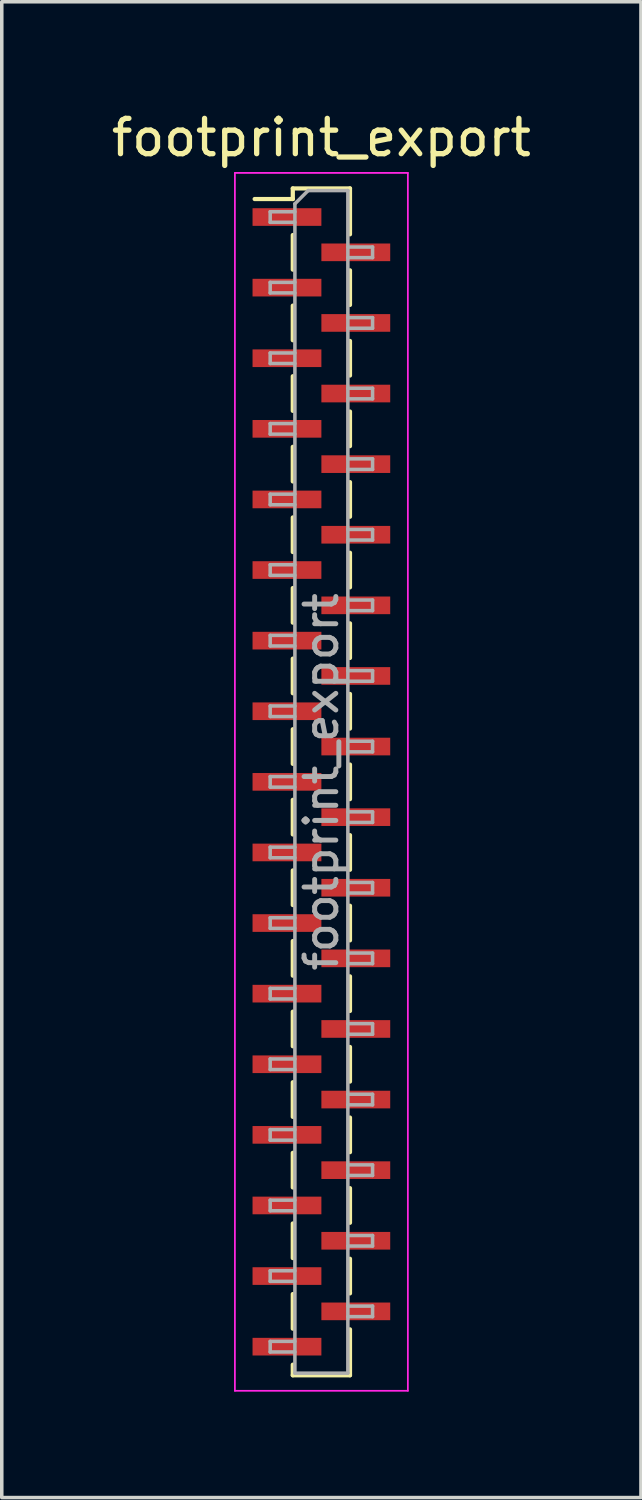
<source format=kicad_pcb>
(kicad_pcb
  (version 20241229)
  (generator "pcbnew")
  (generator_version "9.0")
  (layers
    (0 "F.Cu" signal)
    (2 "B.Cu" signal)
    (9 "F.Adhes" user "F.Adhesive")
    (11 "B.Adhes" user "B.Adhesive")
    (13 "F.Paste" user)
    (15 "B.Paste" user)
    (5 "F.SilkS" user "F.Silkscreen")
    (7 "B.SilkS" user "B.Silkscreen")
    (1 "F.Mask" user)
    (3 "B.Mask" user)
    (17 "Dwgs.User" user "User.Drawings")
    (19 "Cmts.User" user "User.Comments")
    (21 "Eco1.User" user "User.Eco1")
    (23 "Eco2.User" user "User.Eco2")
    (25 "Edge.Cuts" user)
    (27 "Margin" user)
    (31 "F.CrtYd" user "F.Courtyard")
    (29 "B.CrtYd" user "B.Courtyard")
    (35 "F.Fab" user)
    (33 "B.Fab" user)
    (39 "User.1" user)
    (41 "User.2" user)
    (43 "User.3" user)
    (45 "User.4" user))
  (footprint "footprint_export"
    (layer "F.Cu")
    (at 6.054 19.098)
    (property "Reference" "footprint_export" (at 0 -18.25 0) (layer "F.SilkS") (effects (font (size 1 1) (thickness 0.15))))
    (attr smd)
    (fp_line (start -1.89 -16.51) (end -0.81 -16.51) (stroke (width 0.12) (type solid)) (layer "F.SilkS"))
    (fp_line (start -0.81 -16.81) (end -0.81 -16.51) (stroke (width 0.12) (type solid)) (layer "F.SilkS"))
    (fp_line (start -0.81 -16.81) (end 0.81 -16.81) (stroke (width 0.12) (type solid)) (layer "F.SilkS"))
    (fp_line (start -0.81 -15.49) (end -0.81 -14.51) (stroke (width 0.12) (type solid)) (layer "F.SilkS"))
    (fp_line (start -0.81 -13.49) (end -0.81 -12.51) (stroke (width 0.12) (type solid)) (layer "F.SilkS"))
    (fp_line (start -0.81 -11.49) (end -0.81 -10.51) (stroke (width 0.12) (type solid)) (layer "F.SilkS"))
    (fp_line (start -0.81 -9.49) (end -0.81 -8.51) (stroke (width 0.12) (type solid)) (layer "F.SilkS"))
    (fp_line (start -0.81 -7.49) (end -0.81 -6.51) (stroke (width 0.12) (type solid)) (layer "F.SilkS"))
    (fp_line (start -0.81 -5.49) (end -0.81 -4.51) (stroke (width 0.12) (type solid)) (layer "F.SilkS"))
    (fp_line (start -0.81 -3.49) (end -0.81 -2.51) (stroke (width 0.12) (type solid)) (layer "F.SilkS"))
    (fp_line (start -0.81 -1.49) (end -0.81 -0.51) (stroke (width 0.12) (type solid)) (layer "F.SilkS"))
    (fp_line (start -0.81 0.51) (end -0.81 1.49) (stroke (width 0.12) (type solid)) (layer "F.SilkS"))
    (fp_line (start -0.81 2.51) (end -0.81 3.49) (stroke (width 0.12) (type solid)) (layer "F.SilkS"))
    (fp_line (start -0.81 4.51) (end -0.81 5.49) (stroke (width 0.12) (type solid)) (layer "F.SilkS"))
    (fp_line (start -0.81 6.51) (end -0.81 7.49) (stroke (width 0.12) (type solid)) (layer "F.SilkS"))
    (fp_line (start -0.81 8.51) (end -0.81 9.49) (stroke (width 0.12) (type solid)) (layer "F.SilkS"))
    (fp_line (start -0.81 10.51) (end -0.81 11.49) (stroke (width 0.12) (type solid)) (layer "F.SilkS"))
    (fp_line (start -0.81 12.51) (end -0.81 13.49) (stroke (width 0.12) (type solid)) (layer "F.SilkS"))
    (fp_line (start -0.81 14.51) (end -0.81 15.49) (stroke (width 0.12) (type solid)) (layer "F.SilkS"))
    (fp_line (start -0.81 16.51) (end -0.81 16.81) (stroke (width 0.12) (type solid)) (layer "F.SilkS"))
    (fp_line (start -0.81 16.81) (end 0.81 16.81) (stroke (width 0.12) (type solid)) (layer "F.SilkS"))
    (fp_line (start 0.81 -16.81) (end 0.81 -15.51) (stroke (width 0.12) (type solid)) (layer "F.SilkS"))
    (fp_line (start 0.81 -14.49) (end 0.81 -13.51) (stroke (width 0.12) (type solid)) (layer "F.SilkS"))
    (fp_line (start 0.81 -12.49) (end 0.81 -11.51) (stroke (width 0.12) (type solid)) (layer "F.SilkS"))
    (fp_line (start 0.81 -10.49) (end 0.81 -9.51) (stroke (width 0.12) (type solid)) (layer "F.SilkS"))
    (fp_line (start 0.81 -8.49) (end 0.81 -7.51) (stroke (width 0.12) (type solid)) (layer "F.SilkS"))
    (fp_line (start 0.81 -6.49) (end 0.81 -5.51) (stroke (width 0.12) (type solid)) (layer "F.SilkS"))
    (fp_line (start 0.81 -4.49) (end 0.81 -3.51) (stroke (width 0.12) (type solid)) (layer "F.SilkS"))
    (fp_line (start 0.81 -2.49) (end 0.81 -1.51) (stroke (width 0.12) (type solid)) (layer "F.SilkS"))
    (fp_line (start 0.81 -0.49) (end 0.81 0.49) (stroke (width 0.12) (type solid)) (layer "F.SilkS"))
    (fp_line (start 0.81 1.51) (end 0.81 2.49) (stroke (width 0.12) (type solid)) (layer "F.SilkS"))
    (fp_line (start 0.81 3.51) (end 0.81 4.49) (stroke (width 0.12) (type solid)) (layer "F.SilkS"))
    (fp_line (start 0.81 5.51) (end 0.81 6.49) (stroke (width 0.12) (type solid)) (layer "F.SilkS"))
    (fp_line (start 0.81 7.51) (end 0.81 8.49) (stroke (width 0.12) (type solid)) (layer "F.SilkS"))
    (fp_line (start 0.81 9.51) (end 0.81 10.49) (stroke (width 0.12) (type solid)) (layer "F.SilkS"))
    (fp_line (start 0.81 11.51) (end 0.81 12.49) (stroke (width 0.12) (type solid)) (layer "F.SilkS"))
    (fp_line (start 0.81 13.51) (end 0.81 14.49) (stroke (width 0.12) (type solid)) (layer "F.SilkS"))
    (fp_line (start 0.81 15.51) (end 0.81 16.81) (stroke (width 0.12) (type solid)) (layer "F.SilkS"))
    (fp_line (start -2.45 -17.25) (end 2.45 -17.25) (stroke (width 0.05) (type solid)) (layer "F.CrtYd"))
    (fp_line (start -2.45 17.25) (end -2.45 -17.25) (stroke (width 0.05) (type solid)) (layer "F.CrtYd"))
    (fp_line (start 2.45 -17.25) (end 2.45 17.25) (stroke (width 0.05) (type solid)) (layer "F.CrtYd"))
    (fp_line (start 2.45 17.25) (end -2.45 17.25) (stroke (width 0.05) (type solid)) (layer "F.CrtYd"))
    (fp_line (start -1.45 -16.15) (end -0.75 -16.15) (stroke (width 0.1) (type solid)) (layer "F.Fab"))
    (fp_line (start -1.45 -15.85) (end -1.45 -16.15) (stroke (width 0.1) (type solid)) (layer "F.Fab"))
    (fp_line (start -1.45 -14.15) (end -0.75 -14.15) (stroke (width 0.1) (type solid)) (layer "F.Fab"))
    (fp_line (start -1.45 -13.85) (end -1.45 -14.15) (stroke (width 0.1) (type solid)) (layer "F.Fab"))
    (fp_line (start -1.45 -12.15) (end -0.75 -12.15) (stroke (width 0.1) (type solid)) (layer "F.Fab"))
    (fp_line (start -1.45 -11.85) (end -1.45 -12.15) (stroke (width 0.1) (type solid)) (layer "F.Fab"))
    (fp_line (start -1.45 -10.15) (end -0.75 -10.15) (stroke (width 0.1) (type solid)) (layer "F.Fab"))
    (fp_line (start -1.45 -9.85) (end -1.45 -10.15) (stroke (width 0.1) (type solid)) (layer "F.Fab"))
    (fp_line (start -1.45 -8.15) (end -0.75 -8.15) (stroke (width 0.1) (type solid)) (layer "F.Fab"))
    (fp_line (start -1.45 -7.85) (end -1.45 -8.15) (stroke (width 0.1) (type solid)) (layer "F.Fab"))
    (fp_line (start -1.45 -6.15) (end -0.75 -6.15) (stroke (width 0.1) (type solid)) (layer "F.Fab"))
    (fp_line (start -1.45 -5.85) (end -1.45 -6.15) (stroke (width 0.1) (type solid)) (layer "F.Fab"))
    (fp_line (start -1.45 -4.15) (end -0.75 -4.15) (stroke (width 0.1) (type solid)) (layer "F.Fab"))
    (fp_line (start -1.45 -3.85) (end -1.45 -4.15) (stroke (width 0.1) (type solid)) (layer "F.Fab"))
    (fp_line (start -1.45 -2.15) (end -0.75 -2.15) (stroke (width 0.1) (type solid)) (layer "F.Fab"))
    (fp_line (start -1.45 -1.85) (end -1.45 -2.15) (stroke (width 0.1) (type solid)) (layer "F.Fab"))
    (fp_line (start -1.45 -0.15) (end -0.75 -0.15) (stroke (width 0.1) (type solid)) (layer "F.Fab"))
    (fp_line (start -1.45 0.15) (end -1.45 -0.15) (stroke (width 0.1) (type solid)) (layer "F.Fab"))
    (fp_line (start -1.45 1.85) (end -0.75 1.85) (stroke (width 0.1) (type solid)) (layer "F.Fab"))
    (fp_line (start -1.45 2.15) (end -1.45 1.85) (stroke (width 0.1) (type solid)) (layer "F.Fab"))
    (fp_line (start -1.45 3.85) (end -0.75 3.85) (stroke (width 0.1) (type solid)) (layer "F.Fab"))
    (fp_line (start -1.45 4.15) (end -1.45 3.85) (stroke (width 0.1) (type solid)) (layer "F.Fab"))
    (fp_line (start -1.45 5.85) (end -0.75 5.85) (stroke (width 0.1) (type solid)) (layer "F.Fab"))
    (fp_line (start -1.45 6.15) (end -1.45 5.85) (stroke (width 0.1) (type solid)) (layer "F.Fab"))
    (fp_line (start -1.45 7.85) (end -0.75 7.85) (stroke (width 0.1) (type solid)) (layer "F.Fab"))
    (fp_line (start -1.45 8.15) (end -1.45 7.85) (stroke (width 0.1) (type solid)) (layer "F.Fab"))
    (fp_line (start -1.45 9.85) (end -0.75 9.85) (stroke (width 0.1) (type solid)) (layer "F.Fab"))
    (fp_line (start -1.45 10.15) (end -1.45 9.85) (stroke (width 0.1) (type solid)) (layer "F.Fab"))
    (fp_line (start -1.45 11.85) (end -0.75 11.85) (stroke (width 0.1) (type solid)) (layer "F.Fab"))
    (fp_line (start -1.45 12.15) (end -1.45 11.85) (stroke (width 0.1) (type solid)) (layer "F.Fab"))
    (fp_line (start -1.45 13.85) (end -0.75 13.85) (stroke (width 0.1) (type solid)) (layer "F.Fab"))
    (fp_line (start -1.45 14.15) (end -1.45 13.85) (stroke (width 0.1) (type solid)) (layer "F.Fab"))
    (fp_line (start -1.45 15.85) (end -0.75 15.85) (stroke (width 0.1) (type solid)) (layer "F.Fab"))
    (fp_line (start -1.45 16.15) (end -1.45 15.85) (stroke (width 0.1) (type solid)) (layer "F.Fab"))
    (fp_line (start -0.75 -16.375) (end -0.375 -16.75) (stroke (width 0.1) (type solid)) (layer "F.Fab"))
    (fp_line (start -0.75 -15.85) (end -1.45 -15.85) (stroke (width 0.1) (type solid)) (layer "F.Fab"))
    (fp_line (start -0.75 -13.85) (end -1.45 -13.85) (stroke (width 0.1) (type solid)) (layer "F.Fab"))
    (fp_line (start -0.75 -11.85) (end -1.45 -11.85) (stroke (width 0.1) (type solid)) (layer "F.Fab"))
    (fp_line (start -0.75 -9.85) (end -1.45 -9.85) (stroke (width 0.1) (type solid)) (layer "F.Fab"))
    (fp_line (start -0.75 -7.85) (end -1.45 -7.85) (stroke (width 0.1) (type solid)) (layer "F.Fab"))
    (fp_line (start -0.75 -5.85) (end -1.45 -5.85) (stroke (width 0.1) (type solid)) (layer "F.Fab"))
    (fp_line (start -0.75 -3.85) (end -1.45 -3.85) (stroke (width 0.1) (type solid)) (layer "F.Fab"))
    (fp_line (start -0.75 -1.85) (end -1.45 -1.85) (stroke (width 0.1) (type solid)) (layer "F.Fab"))
    (fp_line (start -0.75 0.15) (end -1.45 0.15) (stroke (width 0.1) (type solid)) (layer "F.Fab"))
    (fp_line (start -0.75 2.15) (end -1.45 2.15) (stroke (width 0.1) (type solid)) (layer "F.Fab"))
    (fp_line (start -0.75 4.15) (end -1.45 4.15) (stroke (width 0.1) (type solid)) (layer "F.Fab"))
    (fp_line (start -0.75 6.15) (end -1.45 6.15) (stroke (width 0.1) (type solid)) (layer "F.Fab"))
    (fp_line (start -0.75 8.15) (end -1.45 8.15) (stroke (width 0.1) (type solid)) (layer "F.Fab"))
    (fp_line (start -0.75 10.15) (end -1.45 10.15) (stroke (width 0.1) (type solid)) (layer "F.Fab"))
    (fp_line (start -0.75 12.15) (end -1.45 12.15) (stroke (width 0.1) (type solid)) (layer "F.Fab"))
    (fp_line (start -0.75 14.15) (end -1.45 14.15) (stroke (width 0.1) (type solid)) (layer "F.Fab"))
    (fp_line (start -0.75 16.15) (end -1.45 16.15) (stroke (width 0.1) (type solid)) (layer "F.Fab"))
    (fp_line (start -0.75 16.75) (end -0.75 -16.375) (stroke (width 0.1) (type solid)) (layer "F.Fab"))
    (fp_line (start -0.375 -16.75) (end 0.75 -16.75) (stroke (width 0.1) (type solid)) (layer "F.Fab"))
    (fp_line (start 0.75 -16.75) (end 0.75 16.75) (stroke (width 0.1) (type solid)) (layer "F.Fab"))
    (fp_line (start 0.75 -15.15) (end 1.45 -15.15) (stroke (width 0.1) (type solid)) (layer "F.Fab"))
    (fp_line (start 0.75 -13.15) (end 1.45 -13.15) (stroke (width 0.1) (type solid)) (layer "F.Fab"))
    (fp_line (start 0.75 -11.15) (end 1.45 -11.15) (stroke (width 0.1) (type solid)) (layer "F.Fab"))
    (fp_line (start 0.75 -9.15) (end 1.45 -9.15) (stroke (width 0.1) (type solid)) (layer "F.Fab"))
    (fp_line (start 0.75 -7.15) (end 1.45 -7.15) (stroke (width 0.1) (type solid)) (layer "F.Fab"))
    (fp_line (start 0.75 -5.15) (end 1.45 -5.15) (stroke (width 0.1) (type solid)) (layer "F.Fab"))
    (fp_line (start 0.75 -3.15) (end 1.45 -3.15) (stroke (width 0.1) (type solid)) (layer "F.Fab"))
    (fp_line (start 0.75 -1.15) (end 1.45 -1.15) (stroke (width 0.1) (type solid)) (layer "F.Fab"))
    (fp_line (start 0.75 0.85) (end 1.45 0.85) (stroke (width 0.1) (type solid)) (layer "F.Fab"))
    (fp_line (start 0.75 2.85) (end 1.45 2.85) (stroke (width 0.1) (type solid)) (layer "F.Fab"))
    (fp_line (start 0.75 4.85) (end 1.45 4.85) (stroke (width 0.1) (type solid)) (layer "F.Fab"))
    (fp_line (start 0.75 6.85) (end 1.45 6.85) (stroke (width 0.1) (type solid)) (layer "F.Fab"))
    (fp_line (start 0.75 8.85) (end 1.45 8.85) (stroke (width 0.1) (type solid)) (layer "F.Fab"))
    (fp_line (start 0.75 10.85) (end 1.45 10.85) (stroke (width 0.1) (type solid)) (layer "F.Fab"))
    (fp_line (start 0.75 12.85) (end 1.45 12.85) (stroke (width 0.1) (type solid)) (layer "F.Fab"))
    (fp_line (start 0.75 14.85) (end 1.45 14.85) (stroke (width 0.1) (type solid)) (layer "F.Fab"))
    (fp_line (start 0.75 16.75) (end -0.75 16.75) (stroke (width 0.1) (type solid)) (layer "F.Fab"))
    (fp_line (start 1.45 -15.15) (end 1.45 -14.85) (stroke (width 0.1) (type solid)) (layer "F.Fab"))
    (fp_line (start 1.45 -14.85) (end 0.75 -14.85) (stroke (width 0.1) (type solid)) (layer "F.Fab"))
    (fp_line (start 1.45 -13.15) (end 1.45 -12.85) (stroke (width 0.1) (type solid)) (layer "F.Fab"))
    (fp_line (start 1.45 -12.85) (end 0.75 -12.85) (stroke (width 0.1) (type solid)) (layer "F.Fab"))
    (fp_line (start 1.45 -11.15) (end 1.45 -10.85) (stroke (width 0.1) (type solid)) (layer "F.Fab"))
    (fp_line (start 1.45 -10.85) (end 0.75 -10.85) (stroke (width 0.1) (type solid)) (layer "F.Fab"))
    (fp_line (start 1.45 -9.15) (end 1.45 -8.85) (stroke (width 0.1) (type solid)) (layer "F.Fab"))
    (fp_line (start 1.45 -8.85) (end 0.75 -8.85) (stroke (width 0.1) (type solid)) (layer "F.Fab"))
    (fp_line (start 1.45 -7.15) (end 1.45 -6.85) (stroke (width 0.1) (type solid)) (layer "F.Fab"))
    (fp_line (start 1.45 -6.85) (end 0.75 -6.85) (stroke (width 0.1) (type solid)) (layer "F.Fab"))
    (fp_line (start 1.45 -5.15) (end 1.45 -4.85) (stroke (width 0.1) (type solid)) (layer "F.Fab"))
    (fp_line (start 1.45 -4.85) (end 0.75 -4.85) (stroke (width 0.1) (type solid)) (layer "F.Fab"))
    (fp_line (start 1.45 -3.15) (end 1.45 -2.85) (stroke (width 0.1) (type solid)) (layer "F.Fab"))
    (fp_line (start 1.45 -2.85) (end 0.75 -2.85) (stroke (width 0.1) (type solid)) (layer "F.Fab"))
    (fp_line (start 1.45 -1.15) (end 1.45 -0.85) (stroke (width 0.1) (type solid)) (layer "F.Fab"))
    (fp_line (start 1.45 -0.85) (end 0.75 -0.85) (stroke (width 0.1) (type solid)) (layer "F.Fab"))
    (fp_line (start 1.45 0.85) (end 1.45 1.15) (stroke (width 0.1) (type solid)) (layer "F.Fab"))
    (fp_line (start 1.45 1.15) (end 0.75 1.15) (stroke (width 0.1) (type solid)) (layer "F.Fab"))
    (fp_line (start 1.45 2.85) (end 1.45 3.15) (stroke (width 0.1) (type solid)) (layer "F.Fab"))
    (fp_line (start 1.45 3.15) (end 0.75 3.15) (stroke (width 0.1) (type solid)) (layer "F.Fab"))
    (fp_line (start 1.45 4.85) (end 1.45 5.15) (stroke (width 0.1) (type solid)) (layer "F.Fab"))
    (fp_line (start 1.45 5.15) (end 0.75 5.15) (stroke (width 0.1) (type solid)) (layer "F.Fab"))
    (fp_line (start 1.45 6.85) (end 1.45 7.15) (stroke (width 0.1) (type solid)) (layer "F.Fab"))
    (fp_line (start 1.45 7.15) (end 0.75 7.15) (stroke (width 0.1) (type solid)) (layer "F.Fab"))
    (fp_line (start 1.45 8.85) (end 1.45 9.15) (stroke (width 0.1) (type solid)) (layer "F.Fab"))
    (fp_line (start 1.45 9.15) (end 0.75 9.15) (stroke (width 0.1) (type solid)) (layer "F.Fab"))
    (fp_line (start 1.45 10.85) (end 1.45 11.15) (stroke (width 0.1) (type solid)) (layer "F.Fab"))
    (fp_line (start 1.45 11.15) (end 0.75 11.15) (stroke (width 0.1) (type solid)) (layer "F.Fab"))
    (fp_line (start 1.45 12.85) (end 1.45 13.15) (stroke (width 0.1) (type solid)) (layer "F.Fab"))
    (fp_line (start 1.45 13.15) (end 0.75 13.15) (stroke (width 0.1) (type solid)) (layer "F.Fab"))
    (fp_line (start 1.45 14.85) (end 1.45 15.15) (stroke (width 0.1) (type solid)) (layer "F.Fab"))
    (fp_line (start 1.45 15.15) (end 0.75 15.15) (stroke (width 0.1) (type solid)) (layer "F.Fab"))
    (fp_text user "${REFERENCE}" (at 0 0 90) (layer "F.Fab") (effects (font (size 0.9 0.9) (thickness 0.14))))
    (pad "1" smd rect (at -0.975 -16) (size 1.95 0.5) (layers "F.Cu" "F.Mask" "F.Paste"))
    (pad "2" smd rect (at 0.975 -15) (size 1.95 0.5) (layers "F.Cu" "F.Mask" "F.Paste"))
    (pad "3" smd rect (at -0.975 -14) (size 1.95 0.5) (layers "F.Cu" "F.Mask" "F.Paste"))
    (pad "4" smd rect (at 0.975 -13) (size 1.95 0.5) (layers "F.Cu" "F.Mask" "F.Paste"))
    (pad "5" smd rect (at -0.975 -12) (size 1.95 0.5) (layers "F.Cu" "F.Mask" "F.Paste"))
    (pad "6" smd rect (at 0.975 -11) (size 1.95 0.5) (layers "F.Cu" "F.Mask" "F.Paste"))
    (pad "7" smd rect (at -0.975 -10) (size 1.95 0.5) (layers "F.Cu" "F.Mask" "F.Paste"))
    (pad "8" smd rect (at 0.975 -9) (size 1.95 0.5) (layers "F.Cu" "F.Mask" "F.Paste"))
    (pad "9" smd rect (at -0.975 -8) (size 1.95 0.5) (layers "F.Cu" "F.Mask" "F.Paste"))
    (pad "10" smd rect (at 0.975 -7) (size 1.95 0.5) (layers "F.Cu" "F.Mask" "F.Paste"))
    (pad "11" smd rect (at -0.975 -6) (size 1.95 0.5) (layers "F.Cu" "F.Mask" "F.Paste"))
    (pad "12" smd rect (at 0.975 -5) (size 1.95 0.5) (layers "F.Cu" "F.Mask" "F.Paste"))
    (pad "13" smd rect (at -0.975 -4) (size 1.95 0.5) (layers "F.Cu" "F.Mask" "F.Paste"))
    (pad "14" smd rect (at 0.975 -3) (size 1.95 0.5) (layers "F.Cu" "F.Mask" "F.Paste"))
    (pad "15" smd rect (at -0.975 -2) (size 1.95 0.5) (layers "F.Cu" "F.Mask" "F.Paste"))
    (pad "16" smd rect (at 0.975 -1) (size 1.95 0.5) (layers "F.Cu" "F.Mask" "F.Paste"))
    (pad "17" smd rect (at -0.975 0) (size 1.95 0.5) (layers "F.Cu" "F.Mask" "F.Paste"))
    (pad "18" smd rect (at 0.975 1) (size 1.95 0.5) (layers "F.Cu" "F.Mask" "F.Paste"))
    (pad "19" smd rect (at -0.975 2) (size 1.95 0.5) (layers "F.Cu" "F.Mask" "F.Paste"))
    (pad "20" smd rect (at 0.975 3) (size 1.95 0.5) (layers "F.Cu" "F.Mask" "F.Paste"))
    (pad "21" smd rect (at -0.975 4) (size 1.95 0.5) (layers "F.Cu" "F.Mask" "F.Paste"))
    (pad "22" smd rect (at 0.975 5) (size 1.95 0.5) (layers "F.Cu" "F.Mask" "F.Paste"))
    (pad "23" smd rect (at -0.975 6) (size 1.95 0.5) (layers "F.Cu" "F.Mask" "F.Paste"))
    (pad "24" smd rect (at 0.975 7) (size 1.95 0.5) (layers "F.Cu" "F.Mask" "F.Paste"))
    (pad "25" smd rect (at -0.975 8) (size 1.95 0.5) (layers "F.Cu" "F.Mask" "F.Paste"))
    (pad "26" smd rect (at 0.975 9) (size 1.95 0.5) (layers "F.Cu" "F.Mask" "F.Paste"))
    (pad "27" smd rect (at -0.975 10) (size 1.95 0.5) (layers "F.Cu" "F.Mask" "F.Paste"))
    (pad "28" smd rect (at 0.975 11) (size 1.95 0.5) (layers "F.Cu" "F.Mask" "F.Paste"))
    (pad "29" smd rect (at -0.975 12) (size 1.95 0.5) (layers "F.Cu" "F.Mask" "F.Paste"))
    (pad "30" smd rect (at 0.975 13) (size 1.95 0.5) (layers "F.Cu" "F.Mask" "F.Paste"))
    (pad "31" smd rect (at -0.975 14) (size 1.95 0.5) (layers "F.Cu" "F.Mask" "F.Paste"))
    (pad "32" smd rect (at 0.975 15) (size 1.95 0.5) (layers "F.Cu" "F.Mask" "F.Paste"))
    (pad "33" smd rect (at -0.975 16) (size 1.95 0.5) (layers "F.Cu" "F.Mask" "F.Paste")))
  (gr_rect
    (start -3 -3)
    (end 15.107 39.373)
    (stroke (width 0.1) (type default))
    (fill no)
    (layer "Edge.Cuts")))
</source>
